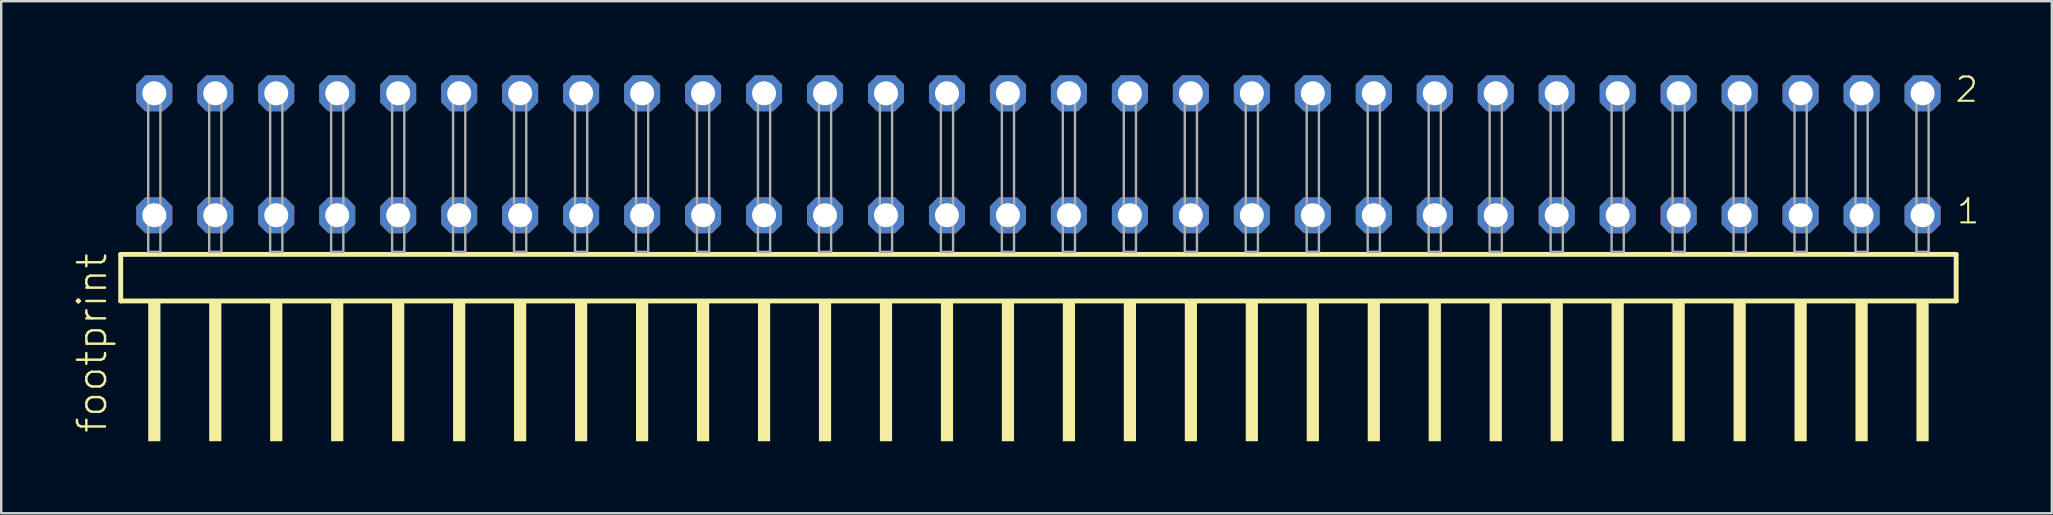
<source format=kicad_pcb>
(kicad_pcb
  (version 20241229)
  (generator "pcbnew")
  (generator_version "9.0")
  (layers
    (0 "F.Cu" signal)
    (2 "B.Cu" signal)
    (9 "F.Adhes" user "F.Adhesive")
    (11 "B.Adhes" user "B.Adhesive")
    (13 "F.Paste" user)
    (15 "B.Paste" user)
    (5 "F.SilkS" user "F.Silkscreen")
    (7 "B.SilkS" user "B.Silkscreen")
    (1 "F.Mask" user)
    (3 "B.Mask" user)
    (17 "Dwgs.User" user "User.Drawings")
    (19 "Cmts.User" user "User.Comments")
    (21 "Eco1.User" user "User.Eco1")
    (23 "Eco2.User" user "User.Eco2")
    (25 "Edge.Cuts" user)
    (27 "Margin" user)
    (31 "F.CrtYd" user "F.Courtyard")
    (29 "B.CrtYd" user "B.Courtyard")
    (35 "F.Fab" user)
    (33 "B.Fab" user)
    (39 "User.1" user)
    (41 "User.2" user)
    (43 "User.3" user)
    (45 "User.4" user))
  (footprint "footprint"
    (layer "F.Cu")
    (at 40.208 7.441)
    (property "Reference" "footprint" (at -38.735 7.62 90) (layer "F.SilkS") (effects (font (size 1.168 1.168) (thickness 0.102)) (justify left bottom)))
    (fp_line (start -38.229 0.106) (end -38.229 2.046) (stroke (width 0.203) (type solid)) (layer "F.SilkS"))
    (fp_line (start -38.229 2.046) (end 38.229 2.046) (stroke (width 0.203) (type solid)) (layer "F.SilkS"))
    (fp_line (start 38.229 0.106) (end -38.229 0.106) (stroke (width 0.203) (type solid)) (layer "F.SilkS"))
    (fp_line (start 38.229 2.046) (end 38.229 0.106) (stroke (width 0.203) (type solid)) (layer "F.SilkS"))
    (fp_poly (pts (xy -37.084 7.89) (xy -36.576 7.89) (xy -36.576 2.04) (xy -37.084 2.04)) (stroke (width 0) (type solid)) (fill yes) (layer "F.SilkS"))
    (fp_poly (pts (xy -34.544 7.89) (xy -34.036 7.89) (xy -34.036 2.04) (xy -34.544 2.04)) (stroke (width 0) (type solid)) (fill yes) (layer "F.SilkS"))
    (fp_poly (pts (xy -32.004 7.89) (xy -31.496 7.89) (xy -31.496 2.04) (xy -32.004 2.04)) (stroke (width 0) (type solid)) (fill yes) (layer "F.SilkS"))
    (fp_poly (pts (xy -29.464 7.89) (xy -28.956 7.89) (xy -28.956 2.04) (xy -29.464 2.04)) (stroke (width 0) (type solid)) (fill yes) (layer "F.SilkS"))
    (fp_poly (pts (xy -26.924 7.89) (xy -26.416 7.89) (xy -26.416 2.04) (xy -26.924 2.04)) (stroke (width 0) (type solid)) (fill yes) (layer "F.SilkS"))
    (fp_poly (pts (xy -24.384 7.89) (xy -23.876 7.89) (xy -23.876 2.04) (xy -24.384 2.04)) (stroke (width 0) (type solid)) (fill yes) (layer "F.SilkS"))
    (fp_poly (pts (xy -21.844 7.89) (xy -21.336 7.89) (xy -21.336 2.04) (xy -21.844 2.04)) (stroke (width 0) (type solid)) (fill yes) (layer "F.SilkS"))
    (fp_poly (pts (xy -19.304 7.89) (xy -18.796 7.89) (xy -18.796 2.04) (xy -19.304 2.04)) (stroke (width 0) (type solid)) (fill yes) (layer "F.SilkS"))
    (fp_poly (pts (xy -16.764 7.89) (xy -16.256 7.89) (xy -16.256 2.04) (xy -16.764 2.04)) (stroke (width 0) (type solid)) (fill yes) (layer "F.SilkS"))
    (fp_poly (pts (xy -14.224 7.89) (xy -13.716 7.89) (xy -13.716 2.04) (xy -14.224 2.04)) (stroke (width 0) (type solid)) (fill yes) (layer "F.SilkS"))
    (fp_poly (pts (xy -11.684 7.89) (xy -11.176 7.89) (xy -11.176 2.04) (xy -11.684 2.04)) (stroke (width 0) (type solid)) (fill yes) (layer "F.SilkS"))
    (fp_poly (pts (xy -9.144 7.89) (xy -8.636 7.89) (xy -8.636 2.04) (xy -9.144 2.04)) (stroke (width 0) (type solid)) (fill yes) (layer "F.SilkS"))
    (fp_poly (pts (xy -6.604 7.89) (xy -6.096 7.89) (xy -6.096 2.04) (xy -6.604 2.04)) (stroke (width 0) (type solid)) (fill yes) (layer "F.SilkS"))
    (fp_poly (pts (xy -4.064 7.89) (xy -3.556 7.89) (xy -3.556 2.04) (xy -4.064 2.04)) (stroke (width 0) (type solid)) (fill yes) (layer "F.SilkS"))
    (fp_poly (pts (xy -1.524 7.89) (xy -1.016 7.89) (xy -1.016 2.04) (xy -1.524 2.04)) (stroke (width 0) (type solid)) (fill yes) (layer "F.SilkS"))
    (fp_poly (pts (xy 1.016 7.89) (xy 1.524 7.89) (xy 1.524 2.04) (xy 1.016 2.04)) (stroke (width 0) (type solid)) (fill yes) (layer "F.SilkS"))
    (fp_poly (pts (xy 3.556 7.89) (xy 4.064 7.89) (xy 4.064 2.04) (xy 3.556 2.04)) (stroke (width 0) (type solid)) (fill yes) (layer "F.SilkS"))
    (fp_poly (pts (xy 6.096 7.89) (xy 6.604 7.89) (xy 6.604 2.04) (xy 6.096 2.04)) (stroke (width 0) (type solid)) (fill yes) (layer "F.SilkS"))
    (fp_poly (pts (xy 8.636 7.89) (xy 9.144 7.89) (xy 9.144 2.04) (xy 8.636 2.04)) (stroke (width 0) (type solid)) (fill yes) (layer "F.SilkS"))
    (fp_poly (pts (xy 11.176 7.89) (xy 11.684 7.89) (xy 11.684 2.04) (xy 11.176 2.04)) (stroke (width 0) (type solid)) (fill yes) (layer "F.SilkS"))
    (fp_poly (pts (xy 13.716 7.89) (xy 14.224 7.89) (xy 14.224 2.04) (xy 13.716 2.04)) (stroke (width 0) (type solid)) (fill yes) (layer "F.SilkS"))
    (fp_poly (pts (xy 16.256 7.89) (xy 16.764 7.89) (xy 16.764 2.04) (xy 16.256 2.04)) (stroke (width 0) (type solid)) (fill yes) (layer "F.SilkS"))
    (fp_poly (pts (xy 18.796 7.89) (xy 19.304 7.89) (xy 19.304 2.04) (xy 18.796 2.04)) (stroke (width 0) (type solid)) (fill yes) (layer "F.SilkS"))
    (fp_poly (pts (xy 21.336 7.89) (xy 21.844 7.89) (xy 21.844 2.04) (xy 21.336 2.04)) (stroke (width 0) (type solid)) (fill yes) (layer "F.SilkS"))
    (fp_poly (pts (xy 23.876 7.89) (xy 24.384 7.89) (xy 24.384 2.04) (xy 23.876 2.04)) (stroke (width 0) (type solid)) (fill yes) (layer "F.SilkS"))
    (fp_poly (pts (xy 26.416 7.89) (xy 26.924 7.89) (xy 26.924 2.04) (xy 26.416 2.04)) (stroke (width 0) (type solid)) (fill yes) (layer "F.SilkS"))
    (fp_poly (pts (xy 28.956 7.89) (xy 29.464 7.89) (xy 29.464 2.04) (xy 28.956 2.04)) (stroke (width 0) (type solid)) (fill yes) (layer "F.SilkS"))
    (fp_poly (pts (xy 31.496 7.89) (xy 32.004 7.89) (xy 32.004 2.04) (xy 31.496 2.04)) (stroke (width 0) (type solid)) (fill yes) (layer "F.SilkS"))
    (fp_poly (pts (xy 34.036 7.89) (xy 34.544 7.89) (xy 34.544 2.04) (xy 34.036 2.04)) (stroke (width 0) (type solid)) (fill yes) (layer "F.SilkS"))
    (fp_poly (pts (xy 36.576 7.89) (xy 37.084 7.89) (xy 37.084 2.04) (xy 36.576 2.04)) (stroke (width 0) (type solid)) (fill yes) (layer "F.SilkS"))
    (fp_poly (pts (xy -37.084 0) (xy -36.576 0) (xy -36.576 -6.858) (xy -37.084 -6.858)) (stroke (width 0.1) (type solid)) (fill no) (layer "F.Fab"))
    (fp_poly (pts (xy -34.544 0) (xy -34.036 0) (xy -34.036 -6.858) (xy -34.544 -6.858)) (stroke (width 0.1) (type solid)) (fill no) (layer "F.Fab"))
    (fp_poly (pts (xy -32.004 0) (xy -31.496 0) (xy -31.496 -6.858) (xy -32.004 -6.858)) (stroke (width 0.1) (type solid)) (fill no) (layer "F.Fab"))
    (fp_poly (pts (xy -29.464 0) (xy -28.956 0) (xy -28.956 -6.858) (xy -29.464 -6.858)) (stroke (width 0.1) (type solid)) (fill no) (layer "F.Fab"))
    (fp_poly (pts (xy -26.924 0) (xy -26.416 0) (xy -26.416 -6.858) (xy -26.924 -6.858)) (stroke (width 0.1) (type solid)) (fill no) (layer "F.Fab"))
    (fp_poly (pts (xy -24.384 0) (xy -23.876 0) (xy -23.876 -6.858) (xy -24.384 -6.858)) (stroke (width 0.1) (type solid)) (fill no) (layer "F.Fab"))
    (fp_poly (pts (xy -21.844 0) (xy -21.336 0) (xy -21.336 -6.858) (xy -21.844 -6.858)) (stroke (width 0.1) (type solid)) (fill no) (layer "F.Fab"))
    (fp_poly (pts (xy -19.304 0) (xy -18.796 0) (xy -18.796 -6.858) (xy -19.304 -6.858)) (stroke (width 0.1) (type solid)) (fill no) (layer "F.Fab"))
    (fp_poly (pts (xy -16.764 0) (xy -16.256 0) (xy -16.256 -6.858) (xy -16.764 -6.858)) (stroke (width 0.1) (type solid)) (fill no) (layer "F.Fab"))
    (fp_poly (pts (xy -14.224 0) (xy -13.716 0) (xy -13.716 -6.858) (xy -14.224 -6.858)) (stroke (width 0.1) (type solid)) (fill no) (layer "F.Fab"))
    (fp_poly (pts (xy -11.684 0) (xy -11.176 0) (xy -11.176 -6.858) (xy -11.684 -6.858)) (stroke (width 0.1) (type solid)) (fill no) (layer "F.Fab"))
    (fp_poly (pts (xy -9.144 0) (xy -8.636 0) (xy -8.636 -6.858) (xy -9.144 -6.858)) (stroke (width 0.1) (type solid)) (fill no) (layer "F.Fab"))
    (fp_poly (pts (xy -6.604 0) (xy -6.096 0) (xy -6.096 -6.858) (xy -6.604 -6.858)) (stroke (width 0.1) (type solid)) (fill no) (layer "F.Fab"))
    (fp_poly (pts (xy -4.064 0) (xy -3.556 0) (xy -3.556 -6.858) (xy -4.064 -6.858)) (stroke (width 0.1) (type solid)) (fill no) (layer "F.Fab"))
    (fp_poly (pts (xy -1.524 0) (xy -1.016 0) (xy -1.016 -6.858) (xy -1.524 -6.858)) (stroke (width 0.1) (type solid)) (fill no) (layer "F.Fab"))
    (fp_poly (pts (xy 1.016 0) (xy 1.524 0) (xy 1.524 -6.858) (xy 1.016 -6.858)) (stroke (width 0.1) (type solid)) (fill no) (layer "F.Fab"))
    (fp_poly (pts (xy 3.556 0) (xy 4.064 0) (xy 4.064 -6.858) (xy 3.556 -6.858)) (stroke (width 0.1) (type solid)) (fill no) (layer "F.Fab"))
    (fp_poly (pts (xy 6.096 0) (xy 6.604 0) (xy 6.604 -6.858) (xy 6.096 -6.858)) (stroke (width 0.1) (type solid)) (fill no) (layer "F.Fab"))
    (fp_poly (pts (xy 8.636 0) (xy 9.144 0) (xy 9.144 -6.858) (xy 8.636 -6.858)) (stroke (width 0.1) (type solid)) (fill no) (layer "F.Fab"))
    (fp_poly (pts (xy 11.176 0) (xy 11.684 0) (xy 11.684 -6.858) (xy 11.176 -6.858)) (stroke (width 0.1) (type solid)) (fill no) (layer "F.Fab"))
    (fp_poly (pts (xy 13.716 0) (xy 14.224 0) (xy 14.224 -6.858) (xy 13.716 -6.858)) (stroke (width 0.1) (type solid)) (fill no) (layer "F.Fab"))
    (fp_poly (pts (xy 16.256 0) (xy 16.764 0) (xy 16.764 -6.858) (xy 16.256 -6.858)) (stroke (width 0.1) (type solid)) (fill no) (layer "F.Fab"))
    (fp_poly (pts (xy 18.796 0) (xy 19.304 0) (xy 19.304 -6.858) (xy 18.796 -6.858)) (stroke (width 0.1) (type solid)) (fill no) (layer "F.Fab"))
    (fp_poly (pts (xy 21.336 0) (xy 21.844 0) (xy 21.844 -6.858) (xy 21.336 -6.858)) (stroke (width 0.1) (type solid)) (fill no) (layer "F.Fab"))
    (fp_poly (pts (xy 23.876 0) (xy 24.384 0) (xy 24.384 -6.858) (xy 23.876 -6.858)) (stroke (width 0.1) (type solid)) (fill no) (layer "F.Fab"))
    (fp_poly (pts (xy 26.416 0) (xy 26.924 0) (xy 26.924 -6.858) (xy 26.416 -6.858)) (stroke (width 0.1) (type solid)) (fill no) (layer "F.Fab"))
    (fp_poly (pts (xy 28.956 0) (xy 29.464 0) (xy 29.464 -6.858) (xy 28.956 -6.858)) (stroke (width 0.1) (type solid)) (fill no) (layer "F.Fab"))
    (fp_poly (pts (xy 31.496 0) (xy 32.004 0) (xy 32.004 -6.858) (xy 31.496 -6.858)) (stroke (width 0.1) (type solid)) (fill no) (layer "F.Fab"))
    (fp_poly (pts (xy 34.036 0) (xy 34.544 0) (xy 34.544 -6.858) (xy 34.036 -6.858)) (stroke (width 0.1) (type solid)) (fill no) (layer "F.Fab"))
    (fp_poly (pts (xy 36.576 0) (xy 37.084 0) (xy 37.084 -6.858) (xy 36.576 -6.858)) (stroke (width 0.1) (type solid)) (fill no) (layer "F.Fab"))
    (fp_text user "2" (at 38.13 -6.165 0) (layer "F.SilkS") (effects (font (size 1.012 1.012) (thickness 0.088)) (justify left bottom)))
    (fp_text user "1" (at 38.19 -1.1 0) (layer "F.SilkS") (effects (font (size 1.012 1.012) (thickness 0.088)) (justify left bottom)))
    (pad "1" thru_hole roundrect (at 36.83 -1.524 180) (size 1.5 1.5) (drill 1) (layers "*.Cu" "*.Mask") (roundrect_rratio 0.25) (chamfer_ratio 0.25) (chamfer top_left top_right bottom_left bottom_right))
    (pad "2" thru_hole roundrect (at 36.83 -6.604 180) (size 1.5 1.5) (drill 1) (layers "*.Cu" "*.Mask") (roundrect_rratio 0.25) (chamfer_ratio 0.25) (chamfer top_left top_right bottom_left bottom_right))
    (pad "3" thru_hole roundrect (at 34.29 -1.524 180) (size 1.5 1.5) (drill 1) (layers "*.Cu" "*.Mask") (roundrect_rratio 0.25) (chamfer_ratio 0.25) (chamfer top_left top_right bottom_left bottom_right))
    (pad "4" thru_hole roundrect (at 34.29 -6.604 180) (size 1.5 1.5) (drill 1) (layers "*.Cu" "*.Mask") (roundrect_rratio 0.25) (chamfer_ratio 0.25) (chamfer top_left top_right bottom_left bottom_right))
    (pad "5" thru_hole roundrect (at 31.75 -1.524 180) (size 1.5 1.5) (drill 1) (layers "*.Cu" "*.Mask") (roundrect_rratio 0.25) (chamfer_ratio 0.25) (chamfer top_left top_right bottom_left bottom_right))
    (pad "6" thru_hole roundrect (at 31.75 -6.604 180) (size 1.5 1.5) (drill 1) (layers "*.Cu" "*.Mask") (roundrect_rratio 0.25) (chamfer_ratio 0.25) (chamfer top_left top_right bottom_left bottom_right))
    (pad "7" thru_hole roundrect (at 29.21 -1.524 180) (size 1.5 1.5) (drill 1) (layers "*.Cu" "*.Mask") (roundrect_rratio 0.25) (chamfer_ratio 0.25) (chamfer top_left top_right bottom_left bottom_right))
    (pad "8" thru_hole roundrect (at 29.21 -6.604 180) (size 1.5 1.5) (drill 1) (layers "*.Cu" "*.Mask") (roundrect_rratio 0.25) (chamfer_ratio 0.25) (chamfer top_left top_right bottom_left bottom_right))
    (pad "9" thru_hole roundrect (at 26.67 -1.524 180) (size 1.5 1.5) (drill 1) (layers "*.Cu" "*.Mask") (roundrect_rratio 0.25) (chamfer_ratio 0.25) (chamfer top_left top_right bottom_left bottom_right))
    (pad "10" thru_hole roundrect (at 26.67 -6.604 180) (size 1.5 1.5) (drill 1) (layers "*.Cu" "*.Mask") (roundrect_rratio 0.25) (chamfer_ratio 0.25) (chamfer top_left top_right bottom_left bottom_right))
    (pad "11" thru_hole roundrect (at 24.13 -1.524 180) (size 1.5 1.5) (drill 1) (layers "*.Cu" "*.Mask") (roundrect_rratio 0.25) (chamfer_ratio 0.25) (chamfer top_left top_right bottom_left bottom_right))
    (pad "12" thru_hole roundrect (at 24.13 -6.604 180) (size 1.5 1.5) (drill 1) (layers "*.Cu" "*.Mask") (roundrect_rratio 0.25) (chamfer_ratio 0.25) (chamfer top_left top_right bottom_left bottom_right))
    (pad "13" thru_hole roundrect (at 21.59 -1.524 180) (size 1.5 1.5) (drill 1) (layers "*.Cu" "*.Mask") (roundrect_rratio 0.25) (chamfer_ratio 0.25) (chamfer top_left top_right bottom_left bottom_right))
    (pad "14" thru_hole roundrect (at 21.59 -6.604 180) (size 1.5 1.5) (drill 1) (layers "*.Cu" "*.Mask") (roundrect_rratio 0.25) (chamfer_ratio 0.25) (chamfer top_left top_right bottom_left bottom_right))
    (pad "15" thru_hole roundrect (at 19.05 -1.524 180) (size 1.5 1.5) (drill 1) (layers "*.Cu" "*.Mask") (roundrect_rratio 0.25) (chamfer_ratio 0.25) (chamfer top_left top_right bottom_left bottom_right))
    (pad "16" thru_hole roundrect (at 19.05 -6.604 180) (size 1.5 1.5) (drill 1) (layers "*.Cu" "*.Mask") (roundrect_rratio 0.25) (chamfer_ratio 0.25) (chamfer top_left top_right bottom_left bottom_right))
    (pad "17" thru_hole roundrect (at 16.51 -1.524 180) (size 1.5 1.5) (drill 1) (layers "*.Cu" "*.Mask") (roundrect_rratio 0.25) (chamfer_ratio 0.25) (chamfer top_left top_right bottom_left bottom_right))
    (pad "18" thru_hole roundrect (at 16.51 -6.604 180) (size 1.5 1.5) (drill 1) (layers "*.Cu" "*.Mask") (roundrect_rratio 0.25) (chamfer_ratio 0.25) (chamfer top_left top_right bottom_left bottom_right))
    (pad "19" thru_hole roundrect (at 13.97 -1.524 180) (size 1.5 1.5) (drill 1) (layers "*.Cu" "*.Mask") (roundrect_rratio 0.25) (chamfer_ratio 0.25) (chamfer top_left top_right bottom_left bottom_right))
    (pad "20" thru_hole roundrect (at 13.97 -6.604 180) (size 1.5 1.5) (drill 1) (layers "*.Cu" "*.Mask") (roundrect_rratio 0.25) (chamfer_ratio 0.25) (chamfer top_left top_right bottom_left bottom_right))
    (pad "21" thru_hole roundrect (at 11.43 -1.524 180) (size 1.5 1.5) (drill 1) (layers "*.Cu" "*.Mask") (roundrect_rratio 0.25) (chamfer_ratio 0.25) (chamfer top_left top_right bottom_left bottom_right))
    (pad "22" thru_hole roundrect (at 11.43 -6.604 180) (size 1.5 1.5) (drill 1) (layers "*.Cu" "*.Mask") (roundrect_rratio 0.25) (chamfer_ratio 0.25) (chamfer top_left top_right bottom_left bottom_right))
    (pad "23" thru_hole roundrect (at 8.89 -1.524 180) (size 1.5 1.5) (drill 1) (layers "*.Cu" "*.Mask") (roundrect_rratio 0.25) (chamfer_ratio 0.25) (chamfer top_left top_right bottom_left bottom_right))
    (pad "24" thru_hole roundrect (at 8.89 -6.604 180) (size 1.5 1.5) (drill 1) (layers "*.Cu" "*.Mask") (roundrect_rratio 0.25) (chamfer_ratio 0.25) (chamfer top_left top_right bottom_left bottom_right))
    (pad "25" thru_hole roundrect (at 6.35 -1.524 180) (size 1.5 1.5) (drill 1) (layers "*.Cu" "*.Mask") (roundrect_rratio 0.25) (chamfer_ratio 0.25) (chamfer top_left top_right bottom_left bottom_right))
    (pad "26" thru_hole roundrect (at 6.35 -6.604 180) (size 1.5 1.5) (drill 1) (layers "*.Cu" "*.Mask") (roundrect_rratio 0.25) (chamfer_ratio 0.25) (chamfer top_left top_right bottom_left bottom_right))
    (pad "27" thru_hole roundrect (at 3.81 -1.524 180) (size 1.5 1.5) (drill 1) (layers "*.Cu" "*.Mask") (roundrect_rratio 0.25) (chamfer_ratio 0.25) (chamfer top_left top_right bottom_left bottom_right))
    (pad "28" thru_hole roundrect (at 3.81 -6.604 180) (size 1.5 1.5) (drill 1) (layers "*.Cu" "*.Mask") (roundrect_rratio 0.25) (chamfer_ratio 0.25) (chamfer top_left top_right bottom_left bottom_right))
    (pad "29" thru_hole roundrect (at 1.27 -1.524 180) (size 1.5 1.5) (drill 1) (layers "*.Cu" "*.Mask") (roundrect_rratio 0.25) (chamfer_ratio 0.25) (chamfer top_left top_right bottom_left bottom_right))
    (pad "30" thru_hole roundrect (at 1.27 -6.604 180) (size 1.5 1.5) (drill 1) (layers "*.Cu" "*.Mask") (roundrect_rratio 0.25) (chamfer_ratio 0.25) (chamfer top_left top_right bottom_left bottom_right))
    (pad "31" thru_hole roundrect (at -1.27 -1.524 180) (size 1.5 1.5) (drill 1) (layers "*.Cu" "*.Mask") (roundrect_rratio 0.25) (chamfer_ratio 0.25) (chamfer top_left top_right bottom_left bottom_right))
    (pad "32" thru_hole roundrect (at -1.27 -6.604 180) (size 1.5 1.5) (drill 1) (layers "*.Cu" "*.Mask") (roundrect_rratio 0.25) (chamfer_ratio 0.25) (chamfer top_left top_right bottom_left bottom_right))
    (pad "33" thru_hole roundrect (at -3.81 -1.524 180) (size 1.5 1.5) (drill 1) (layers "*.Cu" "*.Mask") (roundrect_rratio 0.25) (chamfer_ratio 0.25) (chamfer top_left top_right bottom_left bottom_right))
    (pad "34" thru_hole roundrect (at -3.81 -6.604 180) (size 1.5 1.5) (drill 1) (layers "*.Cu" "*.Mask") (roundrect_rratio 0.25) (chamfer_ratio 0.25) (chamfer top_left top_right bottom_left bottom_right))
    (pad "35" thru_hole roundrect (at -6.35 -1.524 180) (size 1.5 1.5) (drill 1) (layers "*.Cu" "*.Mask") (roundrect_rratio 0.25) (chamfer_ratio 0.25) (chamfer top_left top_right bottom_left bottom_right))
    (pad "36" thru_hole roundrect (at -6.35 -6.604 180) (size 1.5 1.5) (drill 1) (layers "*.Cu" "*.Mask") (roundrect_rratio 0.25) (chamfer_ratio 0.25) (chamfer top_left top_right bottom_left bottom_right))
    (pad "37" thru_hole roundrect (at -8.89 -1.524 180) (size 1.5 1.5) (drill 1) (layers "*.Cu" "*.Mask") (roundrect_rratio 0.25) (chamfer_ratio 0.25) (chamfer top_left top_right bottom_left bottom_right))
    (pad "38" thru_hole roundrect (at -8.89 -6.604 180) (size 1.5 1.5) (drill 1) (layers "*.Cu" "*.Mask") (roundrect_rratio 0.25) (chamfer_ratio 0.25) (chamfer top_left top_right bottom_left bottom_right))
    (pad "39" thru_hole roundrect (at -11.43 -1.524 180) (size 1.5 1.5) (drill 1) (layers "*.Cu" "*.Mask") (roundrect_rratio 0.25) (chamfer_ratio 0.25) (chamfer top_left top_right bottom_left bottom_right))
    (pad "40" thru_hole roundrect (at -11.43 -6.604 180) (size 1.5 1.5) (drill 1) (layers "*.Cu" "*.Mask") (roundrect_rratio 0.25) (chamfer_ratio 0.25) (chamfer top_left top_right bottom_left bottom_right))
    (pad "41" thru_hole roundrect (at -13.97 -1.524 180) (size 1.5 1.5) (drill 1) (layers "*.Cu" "*.Mask") (roundrect_rratio 0.25) (chamfer_ratio 0.25) (chamfer top_left top_right bottom_left bottom_right))
    (pad "42" thru_hole roundrect (at -13.97 -6.604 180) (size 1.5 1.5) (drill 1) (layers "*.Cu" "*.Mask") (roundrect_rratio 0.25) (chamfer_ratio 0.25) (chamfer top_left top_right bottom_left bottom_right))
    (pad "43" thru_hole roundrect (at -16.51 -1.524 180) (size 1.5 1.5) (drill 1) (layers "*.Cu" "*.Mask") (roundrect_rratio 0.25) (chamfer_ratio 0.25) (chamfer top_left top_right bottom_left bottom_right))
    (pad "44" thru_hole roundrect (at -16.51 -6.604 180) (size 1.5 1.5) (drill 1) (layers "*.Cu" "*.Mask") (roundrect_rratio 0.25) (chamfer_ratio 0.25) (chamfer top_left top_right bottom_left bottom_right))
    (pad "45" thru_hole roundrect (at -19.05 -1.524 180) (size 1.5 1.5) (drill 1) (layers "*.Cu" "*.Mask") (roundrect_rratio 0.25) (chamfer_ratio 0.25) (chamfer top_left top_right bottom_left bottom_right))
    (pad "46" thru_hole roundrect (at -19.05 -6.604 180) (size 1.5 1.5) (drill 1) (layers "*.Cu" "*.Mask") (roundrect_rratio 0.25) (chamfer_ratio 0.25) (chamfer top_left top_right bottom_left bottom_right))
    (pad "47" thru_hole roundrect (at -21.59 -1.524 180) (size 1.5 1.5) (drill 1) (layers "*.Cu" "*.Mask") (roundrect_rratio 0.25) (chamfer_ratio 0.25) (chamfer top_left top_right bottom_left bottom_right))
    (pad "48" thru_hole roundrect (at -21.59 -6.604 180) (size 1.5 1.5) (drill 1) (layers "*.Cu" "*.Mask") (roundrect_rratio 0.25) (chamfer_ratio 0.25) (chamfer top_left top_right bottom_left bottom_right))
    (pad "49" thru_hole roundrect (at -24.13 -1.524 180) (size 1.5 1.5) (drill 1) (layers "*.Cu" "*.Mask") (roundrect_rratio 0.25) (chamfer_ratio 0.25) (chamfer top_left top_right bottom_left bottom_right))
    (pad "50" thru_hole roundrect (at -24.13 -6.604 180) (size 1.5 1.5) (drill 1) (layers "*.Cu" "*.Mask") (roundrect_rratio 0.25) (chamfer_ratio 0.25) (chamfer top_left top_right bottom_left bottom_right))
    (pad "51" thru_hole roundrect (at -26.67 -1.524 180) (size 1.5 1.5) (drill 1) (layers "*.Cu" "*.Mask") (roundrect_rratio 0.25) (chamfer_ratio 0.25) (chamfer top_left top_right bottom_left bottom_right))
    (pad "52" thru_hole roundrect (at -26.67 -6.604 180) (size 1.5 1.5) (drill 1) (layers "*.Cu" "*.Mask") (roundrect_rratio 0.25) (chamfer_ratio 0.25) (chamfer top_left top_right bottom_left bottom_right))
    (pad "53" thru_hole roundrect (at -29.21 -1.524 180) (size 1.5 1.5) (drill 1) (layers "*.Cu" "*.Mask") (roundrect_rratio 0.25) (chamfer_ratio 0.25) (chamfer top_left top_right bottom_left bottom_right))
    (pad "54" thru_hole roundrect (at -29.21 -6.604 180) (size 1.5 1.5) (drill 1) (layers "*.Cu" "*.Mask") (roundrect_rratio 0.25) (chamfer_ratio 0.25) (chamfer top_left top_right bottom_left bottom_right))
    (pad "55" thru_hole roundrect (at -31.75 -1.524 180) (size 1.5 1.5) (drill 1) (layers "*.Cu" "*.Mask") (roundrect_rratio 0.25) (chamfer_ratio 0.25) (chamfer top_left top_right bottom_left bottom_right))
    (pad "56" thru_hole roundrect (at -31.75 -6.604 180) (size 1.5 1.5) (drill 1) (layers "*.Cu" "*.Mask") (roundrect_rratio 0.25) (chamfer_ratio 0.25) (chamfer top_left top_right bottom_left bottom_right))
    (pad "57" thru_hole roundrect (at -34.29 -1.524 180) (size 1.5 1.5) (drill 1) (layers "*.Cu" "*.Mask") (roundrect_rratio 0.25) (chamfer_ratio 0.25) (chamfer top_left top_right bottom_left bottom_right))
    (pad "58" thru_hole roundrect (at -34.29 -6.604 180) (size 1.5 1.5) (drill 1) (layers "*.Cu" "*.Mask") (roundrect_rratio 0.25) (chamfer_ratio 0.25) (chamfer top_left top_right bottom_left bottom_right))
    (pad "59" thru_hole roundrect (at -36.83 -1.524 180) (size 1.5 1.5) (drill 1) (layers "*.Cu" "*.Mask") (roundrect_rratio 0.25) (chamfer_ratio 0.25) (chamfer top_left top_right bottom_left bottom_right))
    (pad "60" thru_hole roundrect (at -36.83 -6.604 180) (size 1.5 1.5) (drill 1) (layers "*.Cu" "*.Mask") (roundrect_rratio 0.25) (chamfer_ratio 0.25) (chamfer top_left top_right bottom_left bottom_right)))
  (gr_rect
    (start -3 -3)
    (end 82.424 18.331)
    (stroke (width 0.1) (type default))
    (fill no)
    (layer "Edge.Cuts")))
</source>
